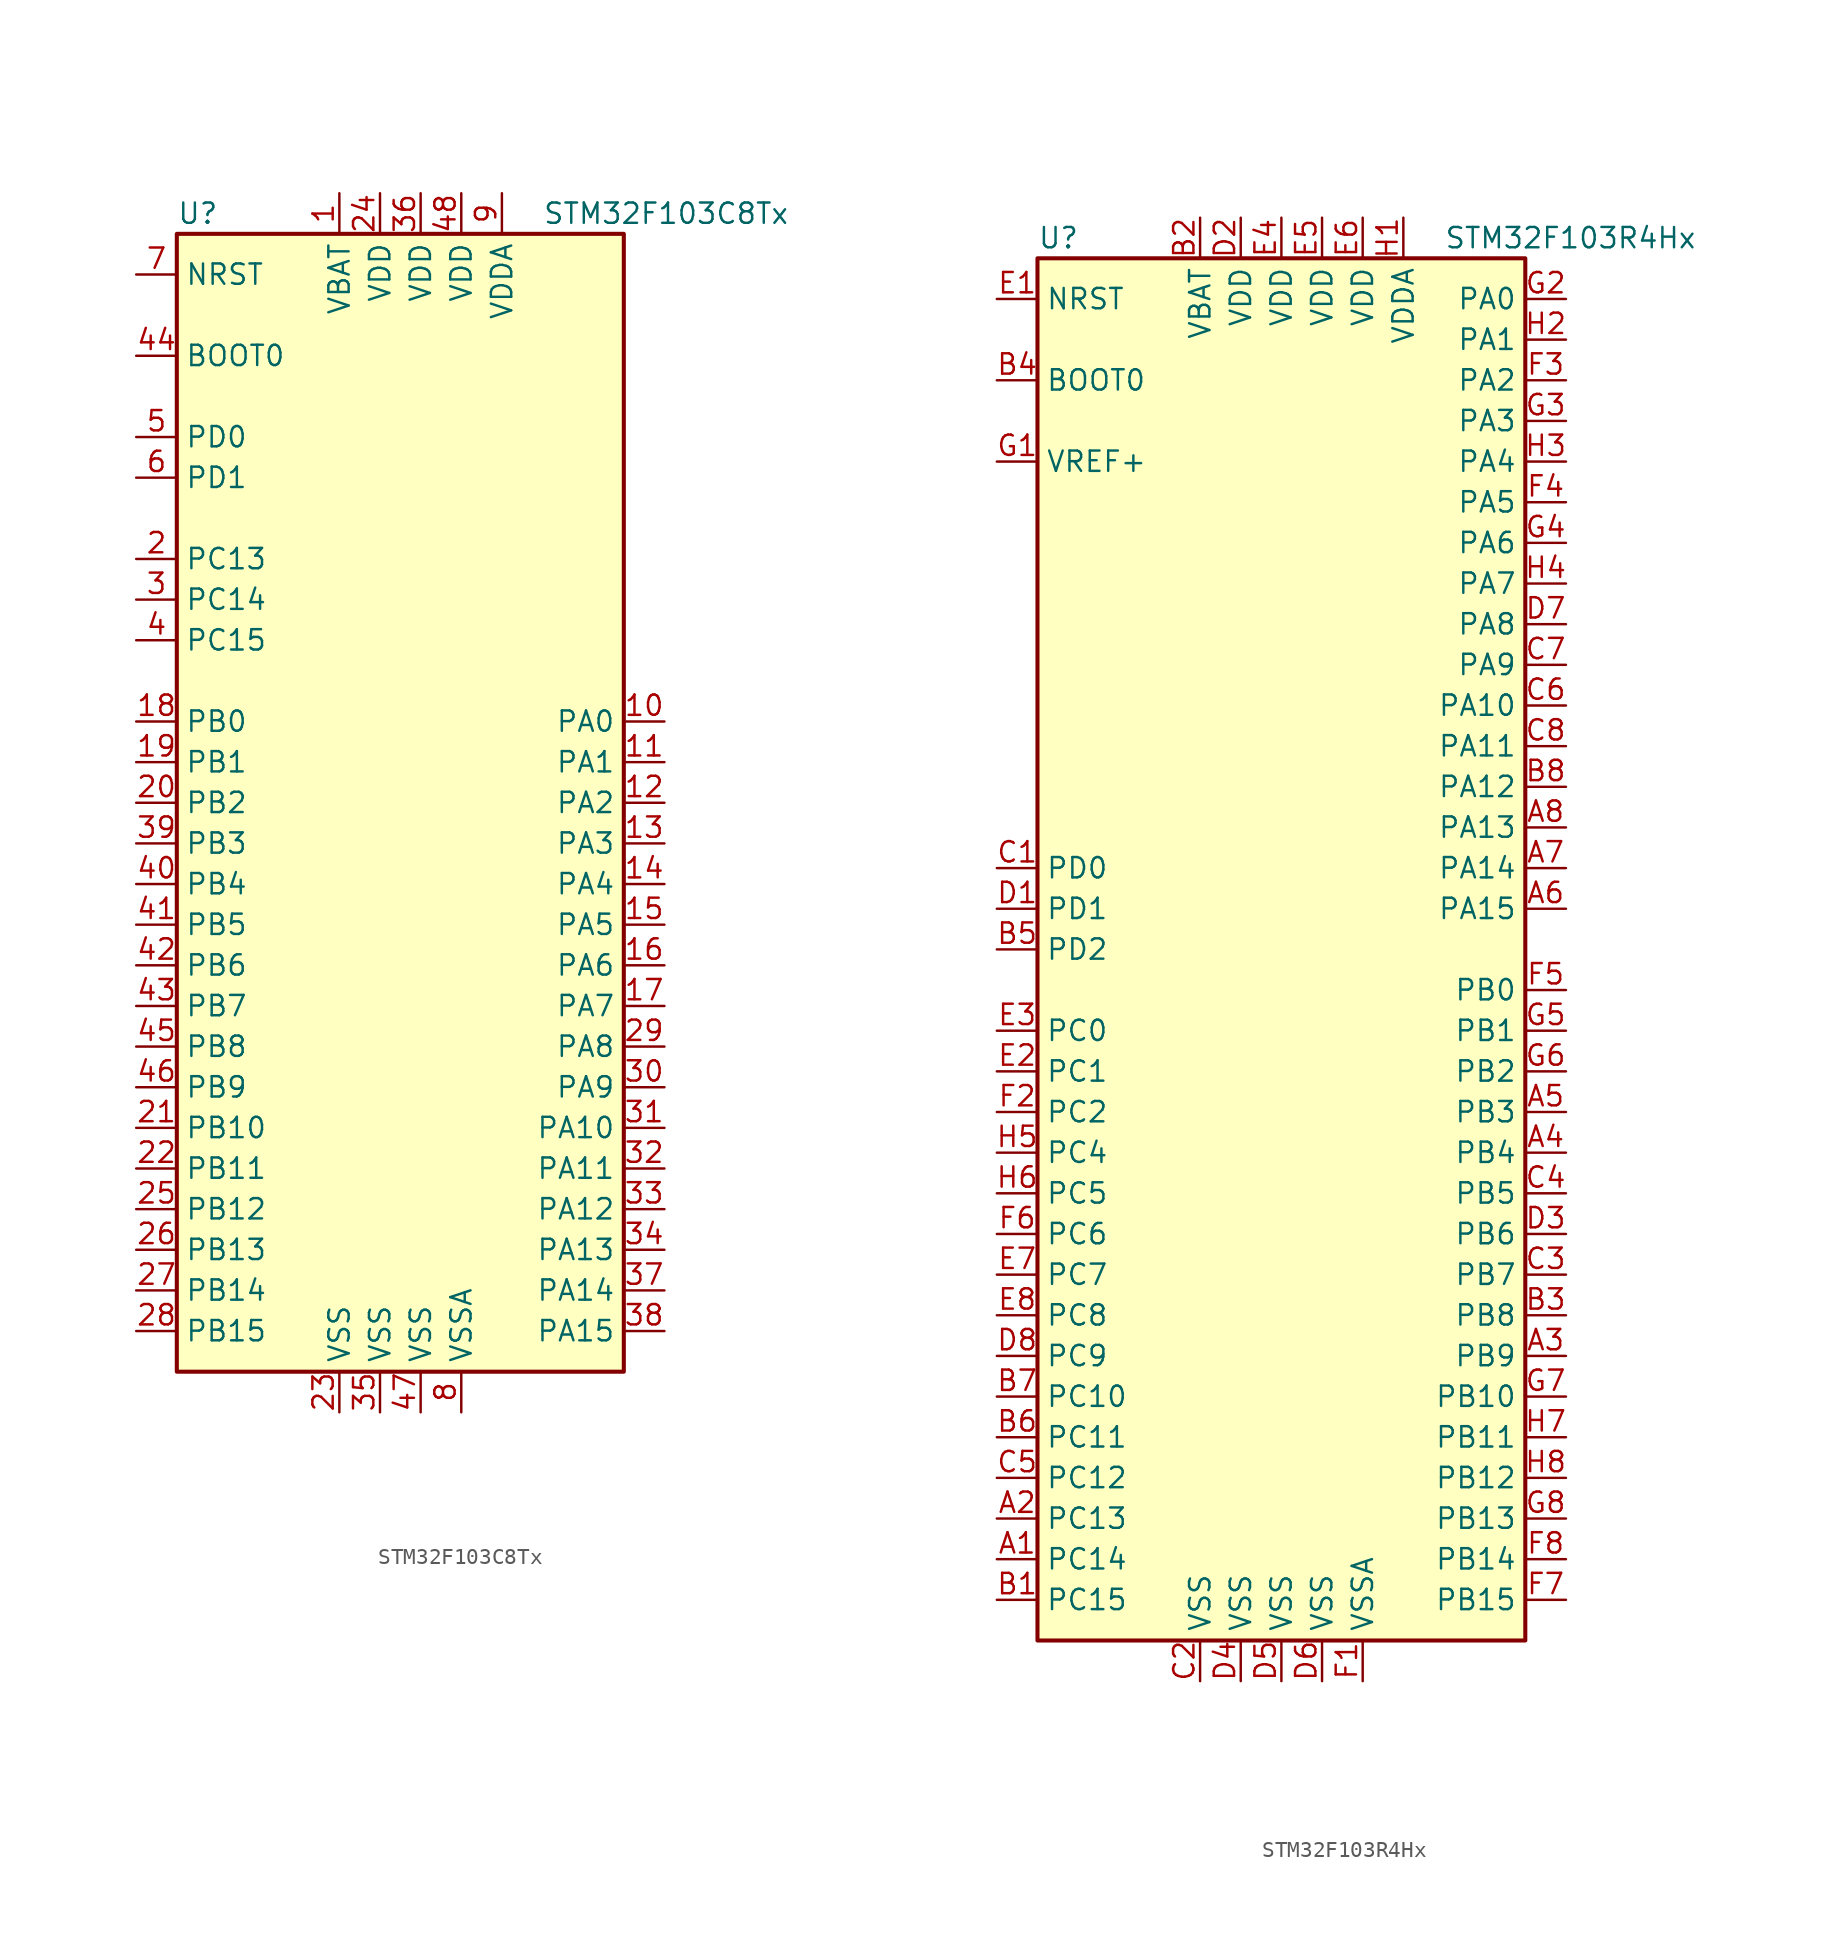
<source format=kicad_sym>
(kicad_symbol_lib
  (version 20201005)
  (generator kicad_symbol_editor)
  (symbol "STM32F103C8Tx"
    (property "Reference" "U"
      (at -15.24 36.83 0)
      (effects (font (size 1.27 1.27)) (justify left)))
    (property "Value" "STM32F103C8Tx"
      (at 7.62 36.83 0)
      (effects (font (size 1.27 1.27)) (justify left)))
    (symbol "STM32F103C8Tx_0_1"
      (rectangle (start -15.24 -35.56) (end 12.7 35.56) (stroke (width 0.254)) (fill (type background))))
    (symbol "STM32F103C8Tx_1_1"
      (pin input line (at -17.78 27.94 0) (length 2.54) (name "BOOT0" (effects (font (size 1.27 1.27)))) (number "44" (effects (font (size 1.27 1.27)))))
      (pin input line (at -17.78 33.02 0) (length 2.54) (name "NRST" (effects (font (size 1.27 1.27)))) (number "7" (effects (font (size 1.27 1.27)))))
      (pin bidirectional line (at 15.24 5.08 180) (length 2.54) (name "PA0" (effects (font (size 1.27 1.27)))) (number "10" (effects (font (size 1.27 1.27)))))
      (pin bidirectional line (at 15.24 2.54 180) (length 2.54) (name "PA1" (effects (font (size 1.27 1.27)))) (number "11" (effects (font (size 1.27 1.27)))))
      (pin bidirectional line (at 15.24 -20.32 180) (length 2.54) (name "PA10" (effects (font (size 1.27 1.27)))) (number "31" (effects (font (size 1.27 1.27)))))
      (pin bidirectional line (at 15.24 -22.86 180) (length 2.54) (name "PA11" (effects (font (size 1.27 1.27)))) (number "32" (effects (font (size 1.27 1.27)))))
      (pin bidirectional line (at 15.24 -25.4 180) (length 2.54) (name "PA12" (effects (font (size 1.27 1.27)))) (number "33" (effects (font (size 1.27 1.27)))))
      (pin bidirectional line (at 15.24 -27.94 180) (length 2.54) (name "PA13" (effects (font (size 1.27 1.27)))) (number "34" (effects (font (size 1.27 1.27)))))
      (pin bidirectional line (at 15.24 -30.48 180) (length 2.54) (name "PA14" (effects (font (size 1.27 1.27)))) (number "37" (effects (font (size 1.27 1.27)))))
      (pin bidirectional line (at 15.24 -33.02 180) (length 2.54) (name "PA15" (effects (font (size 1.27 1.27)))) (number "38" (effects (font (size 1.27 1.27)))))
      (pin bidirectional line (at 15.24 0 180) (length 2.54) (name "PA2" (effects (font (size 1.27 1.27)))) (number "12" (effects (font (size 1.27 1.27)))))
      (pin bidirectional line (at 15.24 -2.54 180) (length 2.54) (name "PA3" (effects (font (size 1.27 1.27)))) (number "13" (effects (font (size 1.27 1.27)))))
      (pin bidirectional line (at 15.24 -5.08 180) (length 2.54) (name "PA4" (effects (font (size 1.27 1.27)))) (number "14" (effects (font (size 1.27 1.27)))))
      (pin bidirectional line (at 15.24 -7.62 180) (length 2.54) (name "PA5" (effects (font (size 1.27 1.27)))) (number "15" (effects (font (size 1.27 1.27)))))
      (pin bidirectional line (at 15.24 -10.16 180) (length 2.54) (name "PA6" (effects (font (size 1.27 1.27)))) (number "16" (effects (font (size 1.27 1.27)))))
      (pin bidirectional line (at 15.24 -12.7 180) (length 2.54) (name "PA7" (effects (font (size 1.27 1.27)))) (number "17" (effects (font (size 1.27 1.27)))))
      (pin bidirectional line (at 15.24 -15.24 180) (length 2.54) (name "PA8" (effects (font (size 1.27 1.27)))) (number "29" (effects (font (size 1.27 1.27)))))
      (pin bidirectional line (at 15.24 -17.78 180) (length 2.54) (name "PA9" (effects (font (size 1.27 1.27)))) (number "30" (effects (font (size 1.27 1.27)))))
      (pin bidirectional line (at -17.78 5.08 0) (length 2.54) (name "PB0" (effects (font (size 1.27 1.27)))) (number "18" (effects (font (size 1.27 1.27)))))
      (pin bidirectional line (at -17.78 2.54 0) (length 2.54) (name "PB1" (effects (font (size 1.27 1.27)))) (number "19" (effects (font (size 1.27 1.27)))))
      (pin bidirectional line (at -17.78 -20.32 0) (length 2.54) (name "PB10" (effects (font (size 1.27 1.27)))) (number "21" (effects (font (size 1.27 1.27)))))
      (pin bidirectional line (at -17.78 -22.86 0) (length 2.54) (name "PB11" (effects (font (size 1.27 1.27)))) (number "22" (effects (font (size 1.27 1.27)))))
      (pin bidirectional line (at -17.78 -25.4 0) (length 2.54) (name "PB12" (effects (font (size 1.27 1.27)))) (number "25" (effects (font (size 1.27 1.27)))))
      (pin bidirectional line (at -17.78 -27.94 0) (length 2.54) (name "PB13" (effects (font (size 1.27 1.27)))) (number "26" (effects (font (size 1.27 1.27)))))
      (pin bidirectional line (at -17.78 -30.48 0) (length 2.54) (name "PB14" (effects (font (size 1.27 1.27)))) (number "27" (effects (font (size 1.27 1.27)))))
      (pin bidirectional line (at -17.78 -33.02 0) (length 2.54) (name "PB15" (effects (font (size 1.27 1.27)))) (number "28" (effects (font (size 1.27 1.27)))))
      (pin bidirectional line (at -17.78 0 0) (length 2.54) (name "PB2" (effects (font (size 1.27 1.27)))) (number "20" (effects (font (size 1.27 1.27)))))
      (pin bidirectional line (at -17.78 -2.54 0) (length 2.54) (name "PB3" (effects (font (size 1.27 1.27)))) (number "39" (effects (font (size 1.27 1.27)))))
      (pin bidirectional line (at -17.78 -5.08 0) (length 2.54) (name "PB4" (effects (font (size 1.27 1.27)))) (number "40" (effects (font (size 1.27 1.27)))))
      (pin bidirectional line (at -17.78 -7.62 0) (length 2.54) (name "PB5" (effects (font (size 1.27 1.27)))) (number "41" (effects (font (size 1.27 1.27)))))
      (pin bidirectional line (at -17.78 -10.16 0) (length 2.54) (name "PB6" (effects (font (size 1.27 1.27)))) (number "42" (effects (font (size 1.27 1.27)))))
      (pin bidirectional line (at -17.78 -12.7 0) (length 2.54) (name "PB7" (effects (font (size 1.27 1.27)))) (number "43" (effects (font (size 1.27 1.27)))))
      (pin bidirectional line (at -17.78 -15.24 0) (length 2.54) (name "PB8" (effects (font (size 1.27 1.27)))) (number "45" (effects (font (size 1.27 1.27)))))
      (pin bidirectional line (at -17.78 -17.78 0) (length 2.54) (name "PB9" (effects (font (size 1.27 1.27)))) (number "46" (effects (font (size 1.27 1.27)))))
      (pin bidirectional line (at -17.78 15.24 0) (length 2.54) (name "PC13" (effects (font (size 1.27 1.27)))) (number "2" (effects (font (size 1.27 1.27)))))
      (pin bidirectional line (at -17.78 12.7 0) (length 2.54) (name "PC14" (effects (font (size 1.27 1.27)))) (number "3" (effects (font (size 1.27 1.27)))))
      (pin bidirectional line (at -17.78 10.16 0) (length 2.54) (name "PC15" (effects (font (size 1.27 1.27)))) (number "4" (effects (font (size 1.27 1.27)))))
      (pin input line (at -17.78 22.86 0) (length 2.54) (name "PD0" (effects (font (size 1.27 1.27)))) (number "5" (effects (font (size 1.27 1.27)))))
      (pin input line (at -17.78 20.32 0) (length 2.54) (name "PD1" (effects (font (size 1.27 1.27)))) (number "6" (effects (font (size 1.27 1.27)))))
      (pin power_in line (at -5.08 38.1 270) (length 2.54) (name "VBAT" (effects (font (size 1.27 1.27)))) (number "1" (effects (font (size 1.27 1.27)))))
      (pin power_in line (at -2.54 38.1 270) (length 2.54) (name "VDD" (effects (font (size 1.27 1.27)))) (number "24" (effects (font (size 1.27 1.27)))))
      (pin power_in line (at 0 38.1 270) (length 2.54) (name "VDD" (effects (font (size 1.27 1.27)))) (number "36" (effects (font (size 1.27 1.27)))))
      (pin power_in line (at 2.54 38.1 270) (length 2.54) (name "VDD" (effects (font (size 1.27 1.27)))) (number "48" (effects (font (size 1.27 1.27)))))
      (pin power_in line (at 5.08 38.1 270) (length 2.54) (name "VDDA" (effects (font (size 1.27 1.27)))) (number "9" (effects (font (size 1.27 1.27)))))
      (pin power_in line (at -5.08 -38.1 90) (length 2.54) (name "VSS" (effects (font (size 1.27 1.27)))) (number "23" (effects (font (size 1.27 1.27)))))
      (pin power_in line (at -2.54 -38.1 90) (length 2.54) (name "VSS" (effects (font (size 1.27 1.27)))) (number "35" (effects (font (size 1.27 1.27)))))
      (pin power_in line (at 0 -38.1 90) (length 2.54) (name "VSS" (effects (font (size 1.27 1.27)))) (number "47" (effects (font (size 1.27 1.27)))))
      (pin power_in line (at 2.54 -38.1 90) (length 2.54) (name "VSSA" (effects (font (size 1.27 1.27)))) (number "8" (effects (font (size 1.27 1.27)))))))
  (symbol "STM32F103R4Hx"
    (property "Reference" "U"
      (at -15.24 44.45 0)
      (effects (font (size 1.27 1.27)) (justify left)))
    (property "Value" "STM32F103R4Hx"
      (at 10.16 44.45 0)
      (effects (font (size 1.27 1.27)) (justify left)))
    (symbol "STM32F103R4Hx_0_1"
      (rectangle (start -15.24 -43.18) (end 15.24 43.18) (stroke (width 0.254)) (fill (type background))))
    (symbol "STM32F103R4Hx_1_1"
      (pin input line (at -17.78 35.56 0) (length 2.54) (name "BOOT0" (effects (font (size 1.27 1.27)))) (number "B4" (effects (font (size 1.27 1.27)))))
      (pin input line (at -17.78 40.64 0) (length 2.54) (name "NRST" (effects (font (size 1.27 1.27)))) (number "E1" (effects (font (size 1.27 1.27)))))
      (pin bidirectional line (at 17.78 40.64 180) (length 2.54) (name "PA0" (effects (font (size 1.27 1.27)))) (number "G2" (effects (font (size 1.27 1.27)))))
      (pin bidirectional line (at 17.78 38.1 180) (length 2.54) (name "PA1" (effects (font (size 1.27 1.27)))) (number "H2" (effects (font (size 1.27 1.27)))))
      (pin bidirectional line (at 17.78 15.24 180) (length 2.54) (name "PA10" (effects (font (size 1.27 1.27)))) (number "C6" (effects (font (size 1.27 1.27)))))
      (pin bidirectional line (at 17.78 12.7 180) (length 2.54) (name "PA11" (effects (font (size 1.27 1.27)))) (number "C8" (effects (font (size 1.27 1.27)))))
      (pin bidirectional line (at 17.78 10.16 180) (length 2.54) (name "PA12" (effects (font (size 1.27 1.27)))) (number "B8" (effects (font (size 1.27 1.27)))))
      (pin bidirectional line (at 17.78 7.62 180) (length 2.54) (name "PA13" (effects (font (size 1.27 1.27)))) (number "A8" (effects (font (size 1.27 1.27)))))
      (pin bidirectional line (at 17.78 5.08 180) (length 2.54) (name "PA14" (effects (font (size 1.27 1.27)))) (number "A7" (effects (font (size 1.27 1.27)))))
      (pin bidirectional line (at 17.78 2.54 180) (length 2.54) (name "PA15" (effects (font (size 1.27 1.27)))) (number "A6" (effects (font (size 1.27 1.27)))))
      (pin bidirectional line (at 17.78 35.56 180) (length 2.54) (name "PA2" (effects (font (size 1.27 1.27)))) (number "F3" (effects (font (size 1.27 1.27)))))
      (pin bidirectional line (at 17.78 33.02 180) (length 2.54) (name "PA3" (effects (font (size 1.27 1.27)))) (number "G3" (effects (font (size 1.27 1.27)))))
      (pin bidirectional line (at 17.78 30.48 180) (length 2.54) (name "PA4" (effects (font (size 1.27 1.27)))) (number "H3" (effects (font (size 1.27 1.27)))))
      (pin bidirectional line (at 17.78 27.94 180) (length 2.54) (name "PA5" (effects (font (size 1.27 1.27)))) (number "F4" (effects (font (size 1.27 1.27)))))
      (pin bidirectional line (at 17.78 25.4 180) (length 2.54) (name "PA6" (effects (font (size 1.27 1.27)))) (number "G4" (effects (font (size 1.27 1.27)))))
      (pin bidirectional line (at 17.78 22.86 180) (length 2.54) (name "PA7" (effects (font (size 1.27 1.27)))) (number "H4" (effects (font (size 1.27 1.27)))))
      (pin bidirectional line (at 17.78 20.32 180) (length 2.54) (name "PA8" (effects (font (size 1.27 1.27)))) (number "D7" (effects (font (size 1.27 1.27)))))
      (pin bidirectional line (at 17.78 17.78 180) (length 2.54) (name "PA9" (effects (font (size 1.27 1.27)))) (number "C7" (effects (font (size 1.27 1.27)))))
      (pin bidirectional line (at 17.78 -2.54 180) (length 2.54) (name "PB0" (effects (font (size 1.27 1.27)))) (number "F5" (effects (font (size 1.27 1.27)))))
      (pin bidirectional line (at 17.78 -5.08 180) (length 2.54) (name "PB1" (effects (font (size 1.27 1.27)))) (number "G5" (effects (font (size 1.27 1.27)))))
      (pin bidirectional line (at 17.78 -27.94 180) (length 2.54) (name "PB10" (effects (font (size 1.27 1.27)))) (number "G7" (effects (font (size 1.27 1.27)))))
      (pin bidirectional line (at 17.78 -30.48 180) (length 2.54) (name "PB11" (effects (font (size 1.27 1.27)))) (number "H7" (effects (font (size 1.27 1.27)))))
      (pin bidirectional line (at 17.78 -33.02 180) (length 2.54) (name "PB12" (effects (font (size 1.27 1.27)))) (number "H8" (effects (font (size 1.27 1.27)))))
      (pin bidirectional line (at 17.78 -35.56 180) (length 2.54) (name "PB13" (effects (font (size 1.27 1.27)))) (number "G8" (effects (font (size 1.27 1.27)))))
      (pin bidirectional line (at 17.78 -38.1 180) (length 2.54) (name "PB14" (effects (font (size 1.27 1.27)))) (number "F8" (effects (font (size 1.27 1.27)))))
      (pin bidirectional line (at 17.78 -40.64 180) (length 2.54) (name "PB15" (effects (font (size 1.27 1.27)))) (number "F7" (effects (font (size 1.27 1.27)))))
      (pin bidirectional line (at 17.78 -7.62 180) (length 2.54) (name "PB2" (effects (font (size 1.27 1.27)))) (number "G6" (effects (font (size 1.27 1.27)))))
      (pin bidirectional line (at 17.78 -10.16 180) (length 2.54) (name "PB3" (effects (font (size 1.27 1.27)))) (number "A5" (effects (font (size 1.27 1.27)))))
      (pin bidirectional line (at 17.78 -12.7 180) (length 2.54) (name "PB4" (effects (font (size 1.27 1.27)))) (number "A4" (effects (font (size 1.27 1.27)))))
      (pin bidirectional line (at 17.78 -15.24 180) (length 2.54) (name "PB5" (effects (font (size 1.27 1.27)))) (number "C4" (effects (font (size 1.27 1.27)))))
      (pin bidirectional line (at 17.78 -17.78 180) (length 2.54) (name "PB6" (effects (font (size 1.27 1.27)))) (number "D3" (effects (font (size 1.27 1.27)))))
      (pin bidirectional line (at 17.78 -20.32 180) (length 2.54) (name "PB7" (effects (font (size 1.27 1.27)))) (number "C3" (effects (font (size 1.27 1.27)))))
      (pin bidirectional line (at 17.78 -22.86 180) (length 2.54) (name "PB8" (effects (font (size 1.27 1.27)))) (number "B3" (effects (font (size 1.27 1.27)))))
      (pin bidirectional line (at 17.78 -25.4 180) (length 2.54) (name "PB9" (effects (font (size 1.27 1.27)))) (number "A3" (effects (font (size 1.27 1.27)))))
      (pin bidirectional line (at -17.78 -5.08 0) (length 2.54) (name "PC0" (effects (font (size 1.27 1.27)))) (number "E3" (effects (font (size 1.27 1.27)))))
      (pin bidirectional line (at -17.78 -7.62 0) (length 2.54) (name "PC1" (effects (font (size 1.27 1.27)))) (number "E2" (effects (font (size 1.27 1.27)))))
      (pin bidirectional line (at -17.78 -27.94 0) (length 2.54) (name "PC10" (effects (font (size 1.27 1.27)))) (number "B7" (effects (font (size 1.27 1.27)))))
      (pin bidirectional line (at -17.78 -30.48 0) (length 2.54) (name "PC11" (effects (font (size 1.27 1.27)))) (number "B6" (effects (font (size 1.27 1.27)))))
      (pin bidirectional line (at -17.78 -33.02 0) (length 2.54) (name "PC12" (effects (font (size 1.27 1.27)))) (number "C5" (effects (font (size 1.27 1.27)))))
      (pin bidirectional line (at -17.78 -35.56 0) (length 2.54) (name "PC13" (effects (font (size 1.27 1.27)))) (number "A2" (effects (font (size 1.27 1.27)))))
      (pin bidirectional line (at -17.78 -38.1 0) (length 2.54) (name "PC14" (effects (font (size 1.27 1.27)))) (number "A1" (effects (font (size 1.27 1.27)))))
      (pin bidirectional line (at -17.78 -40.64 0) (length 2.54) (name "PC15" (effects (font (size 1.27 1.27)))) (number "B1" (effects (font (size 1.27 1.27)))))
      (pin bidirectional line (at -17.78 -10.16 0) (length 2.54) (name "PC2" (effects (font (size 1.27 1.27)))) (number "F2" (effects (font (size 1.27 1.27)))))
      (pin bidirectional line (at -17.78 -12.7 0) (length 2.54) (name "PC4" (effects (font (size 1.27 1.27)))) (number "H5" (effects (font (size 1.27 1.27)))))
      (pin bidirectional line (at -17.78 -15.24 0) (length 2.54) (name "PC5" (effects (font (size 1.27 1.27)))) (number "H6" (effects (font (size 1.27 1.27)))))
      (pin bidirectional line (at -17.78 -17.78 0) (length 2.54) (name "PC6" (effects (font (size 1.27 1.27)))) (number "F6" (effects (font (size 1.27 1.27)))))
      (pin bidirectional line (at -17.78 -20.32 0) (length 2.54) (name "PC7" (effects (font (size 1.27 1.27)))) (number "E7" (effects (font (size 1.27 1.27)))))
      (pin bidirectional line (at -17.78 -22.86 0) (length 2.54) (name "PC8" (effects (font (size 1.27 1.27)))) (number "E8" (effects (font (size 1.27 1.27)))))
      (pin bidirectional line (at -17.78 -25.4 0) (length 2.54) (name "PC9" (effects (font (size 1.27 1.27)))) (number "D8" (effects (font (size 1.27 1.27)))))
      (pin input line (at -17.78 5.08 0) (length 2.54) (name "PD0" (effects (font (size 1.27 1.27)))) (number "C1" (effects (font (size 1.27 1.27)))))
      (pin input line (at -17.78 2.54 0) (length 2.54) (name "PD1" (effects (font (size 1.27 1.27)))) (number "D1" (effects (font (size 1.27 1.27)))))
      (pin bidirectional line (at -17.78 0 0) (length 2.54) (name "PD2" (effects (font (size 1.27 1.27)))) (number "B5" (effects (font (size 1.27 1.27)))))
      (pin power_in line (at -5.08 45.72 270) (length 2.54) (name "VBAT" (effects (font (size 1.27 1.27)))) (number "B2" (effects (font (size 1.27 1.27)))))
      (pin power_in line (at -2.54 45.72 270) (length 2.54) (name "VDD" (effects (font (size 1.27 1.27)))) (number "D2" (effects (font (size 1.27 1.27)))))
      (pin power_in line (at 0 45.72 270) (length 2.54) (name "VDD" (effects (font (size 1.27 1.27)))) (number "E4" (effects (font (size 1.27 1.27)))))
      (pin power_in line (at 2.54 45.72 270) (length 2.54) (name "VDD" (effects (font (size 1.27 1.27)))) (number "E5" (effects (font (size 1.27 1.27)))))
      (pin power_in line (at 5.08 45.72 270) (length 2.54) (name "VDD" (effects (font (size 1.27 1.27)))) (number "E6" (effects (font (size 1.27 1.27)))))
      (pin power_in line (at 7.62 45.72 270) (length 2.54) (name "VDDA" (effects (font (size 1.27 1.27)))) (number "H1" (effects (font (size 1.27 1.27)))))
      (pin power_in line (at -17.78 30.48 0) (length 2.54) (name "VREF+" (effects (font (size 1.27 1.27)))) (number "G1" (effects (font (size 1.27 1.27)))))
      (pin power_in line (at -5.08 -45.72 90) (length 2.54) (name "VSS" (effects (font (size 1.27 1.27)))) (number "C2" (effects (font (size 1.27 1.27)))))
      (pin power_in line (at -2.54 -45.72 90) (length 2.54) (name "VSS" (effects (font (size 1.27 1.27)))) (number "D4" (effects (font (size 1.27 1.27)))))
      (pin power_in line (at 0 -45.72 90) (length 2.54) (name "VSS" (effects (font (size 1.27 1.27)))) (number "D5" (effects (font (size 1.27 1.27)))))
      (pin power_in line (at 2.54 -45.72 90) (length 2.54) (name "VSS" (effects (font (size 1.27 1.27)))) (number "D6" (effects (font (size 1.27 1.27)))))
      (pin power_in line (at 5.08 -45.72 90) (length 2.54) (name "VSSA" (effects (font (size 1.27 1.27)))) (number "F1" (effects (font (size 1.27 1.27))))))))
</source>
